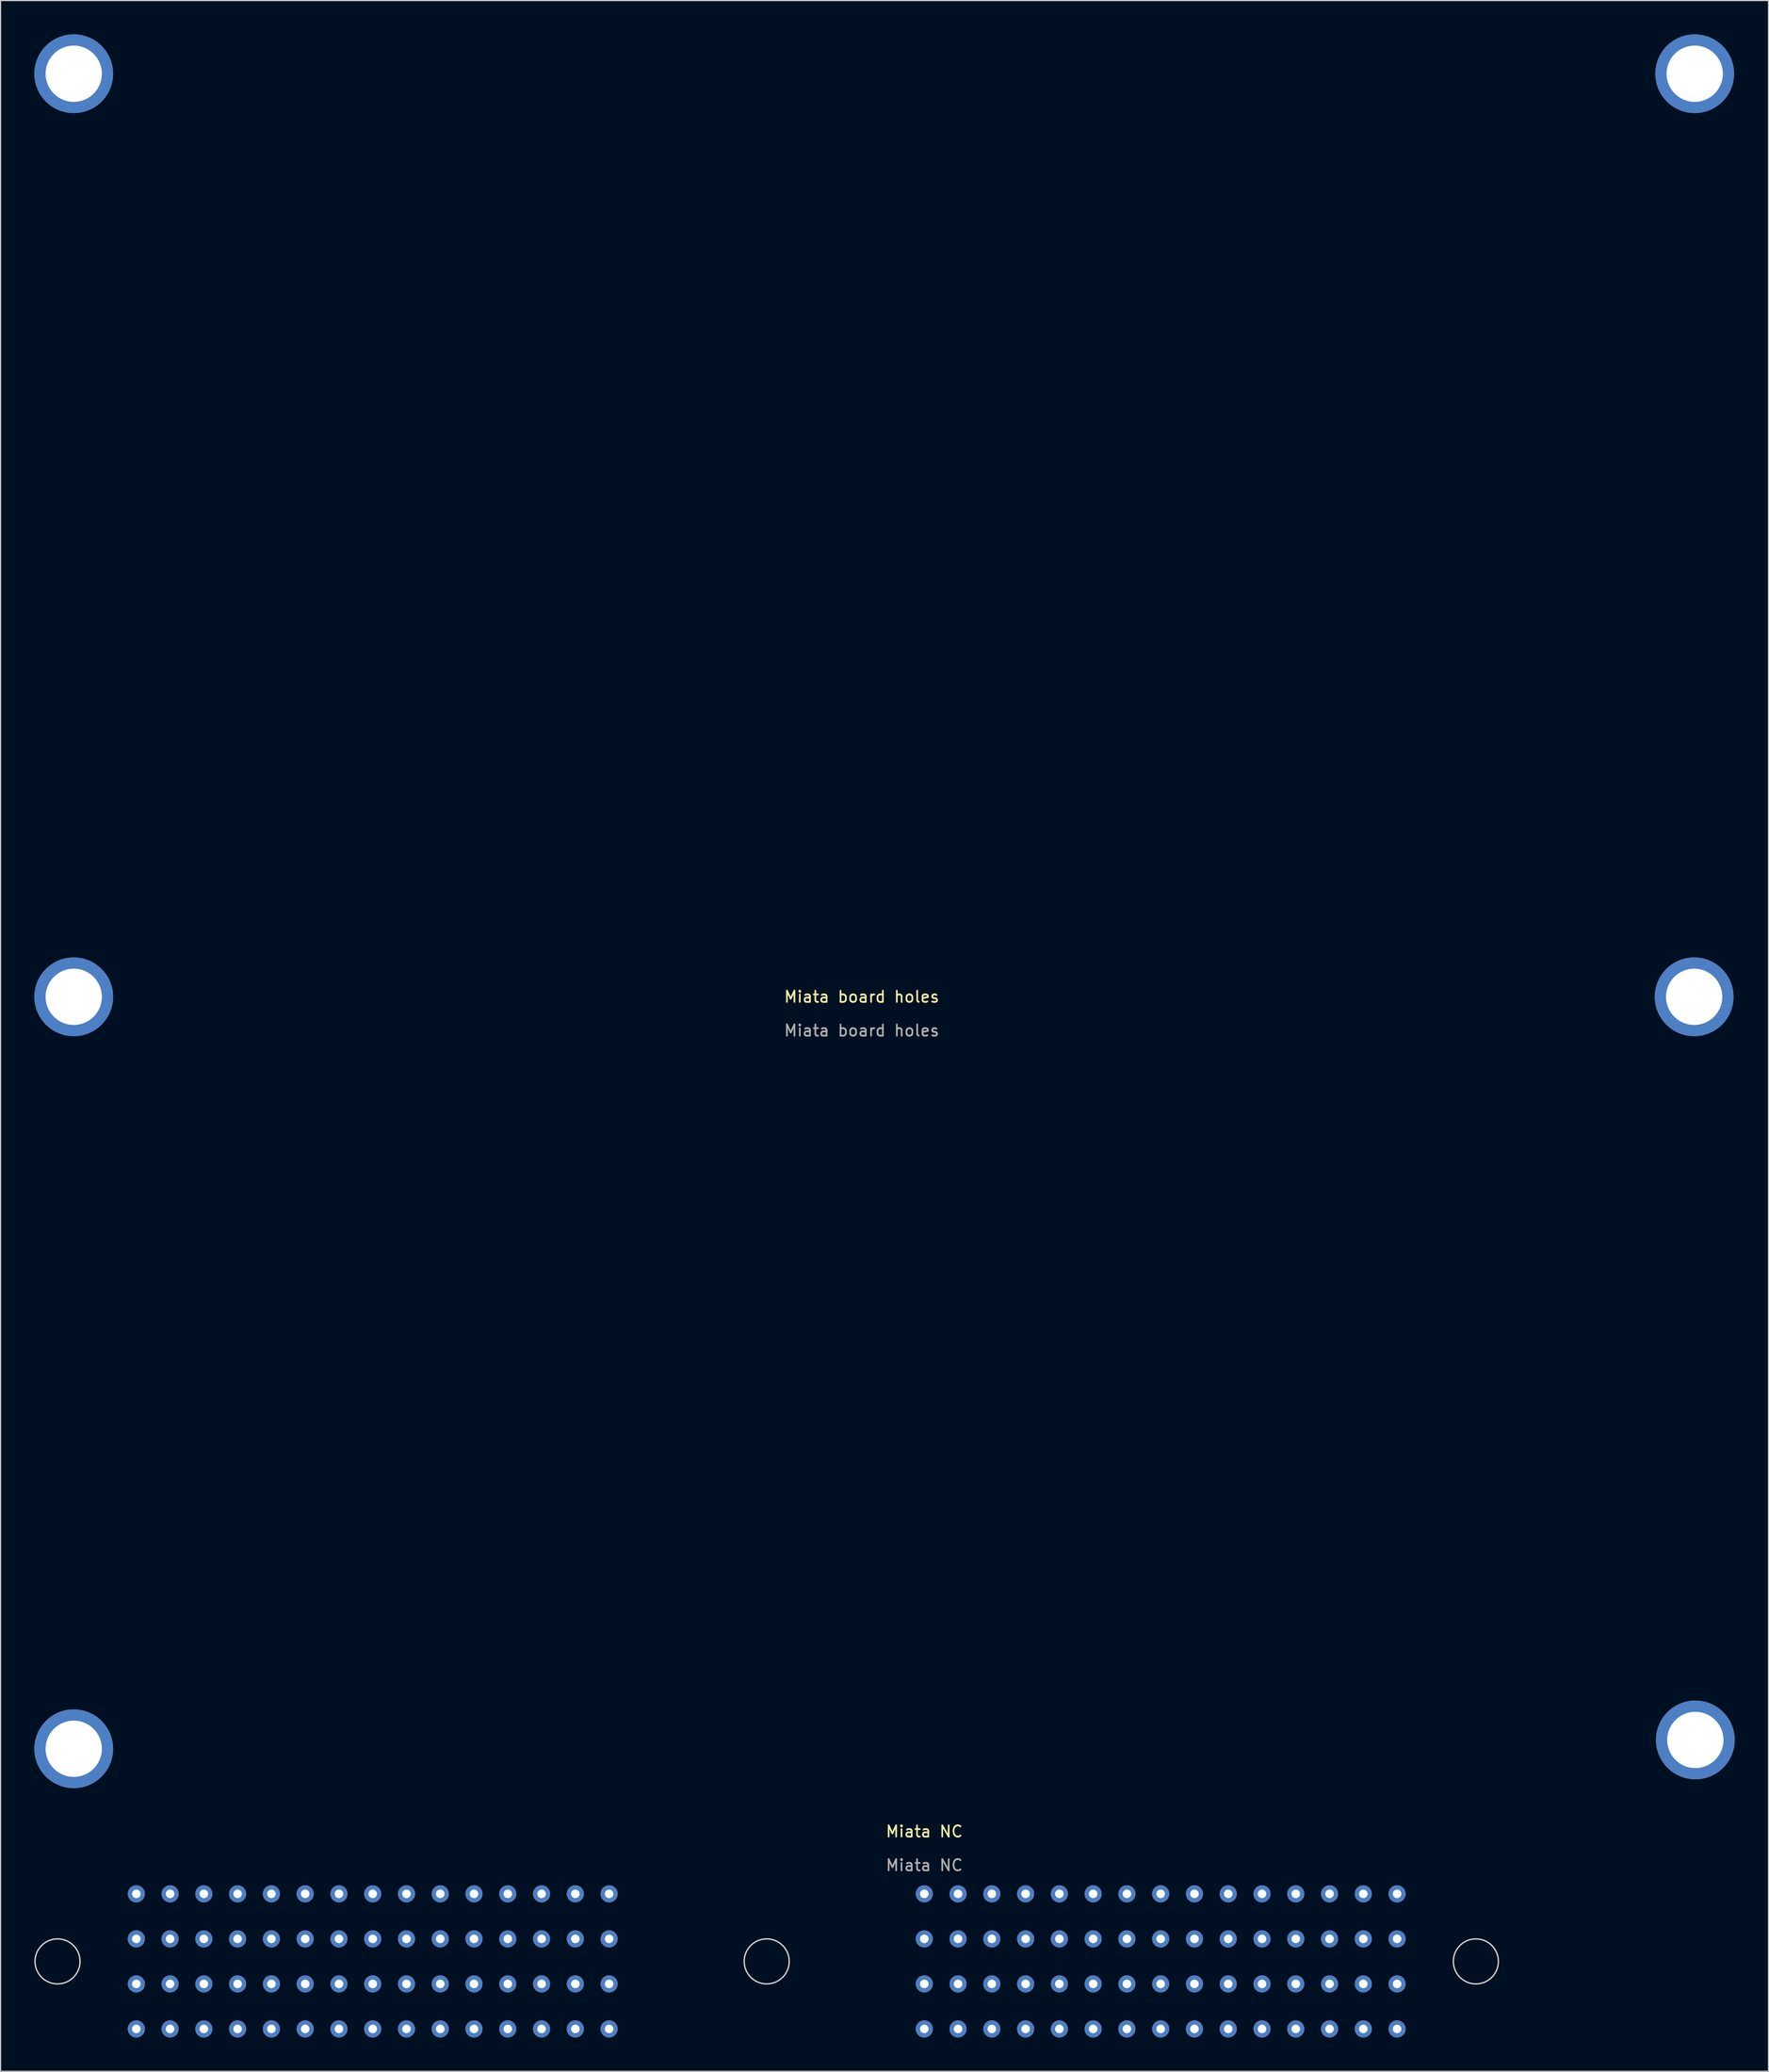
<source format=kicad_pcb>
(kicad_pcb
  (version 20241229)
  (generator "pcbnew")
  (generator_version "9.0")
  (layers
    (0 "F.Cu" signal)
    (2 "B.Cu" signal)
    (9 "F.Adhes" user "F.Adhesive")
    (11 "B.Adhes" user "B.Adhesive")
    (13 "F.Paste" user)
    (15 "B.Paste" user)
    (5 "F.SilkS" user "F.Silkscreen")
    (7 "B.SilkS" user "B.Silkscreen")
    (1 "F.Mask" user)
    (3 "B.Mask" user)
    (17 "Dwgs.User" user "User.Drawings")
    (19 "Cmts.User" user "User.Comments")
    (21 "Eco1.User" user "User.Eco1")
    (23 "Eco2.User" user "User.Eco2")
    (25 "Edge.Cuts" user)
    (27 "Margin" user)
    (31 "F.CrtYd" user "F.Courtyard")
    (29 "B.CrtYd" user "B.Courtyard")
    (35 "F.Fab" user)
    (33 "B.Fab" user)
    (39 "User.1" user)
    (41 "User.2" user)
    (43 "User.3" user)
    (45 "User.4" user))
  (footprint "Miata NC"
    (layer "F.Cu")
    (at 79.06 165.188)
    (property "Reference" "Miata NC" (at 0 -5.54 0) (unlocked yes) (layer "F.SilkS") (effects (font (size 1 1) (thickness 0.15))))
    (attr through_hole)
    (fp_circle (center -77 6) (end -75 6) (stroke (width 0.12) (type solid)) (fill no) (layer "Edge.Cuts"))
    (fp_circle (center -14 6) (end -12 6) (stroke (width 0.12) (type solid)) (fill no) (layer "Edge.Cuts"))
    (fp_circle (center 49 6) (end 51 6) (stroke (width 0.12) (type solid)) (fill no) (layer "Edge.Cuts"))
    (fp_text user "${REFERENCE}" (at 0 -2.54 0) (unlocked yes) (layer "F.Fab") (effects (font (size 1 1) (thickness 0.15))))
    (pad "1" thru_hole circle (at -70 12) (size 1.524 1.524) (drill 0.762) (layers "*.Cu" "*.Mask"))
    (pad "2" thru_hole circle (at -70 8) (size 1.524 1.524) (drill 0.762) (layers "*.Cu" "*.Mask"))
    (pad "3" thru_hole circle (at -70 4) (size 1.524 1.524) (drill 0.762) (layers "*.Cu" "*.Mask"))
    (pad "4" thru_hole circle (at -70 0) (size 1.524 1.524) (drill 0.762) (layers "*.Cu" "*.Mask"))
    (pad "5" thru_hole circle (at -67 12) (size 1.524 1.524) (drill 0.762) (layers "*.Cu" "*.Mask"))
    (pad "6" thru_hole circle (at -67 8) (size 1.524 1.524) (drill 0.762) (layers "*.Cu" "*.Mask"))
    (pad "7" thru_hole circle (at -67 4) (size 1.524 1.524) (drill 0.762) (layers "*.Cu" "*.Mask"))
    (pad "8" thru_hole circle (at -67 0) (size 1.524 1.524) (drill 0.762) (layers "*.Cu" "*.Mask"))
    (pad "9" thru_hole circle (at -64 12) (size 1.524 1.524) (drill 0.762) (layers "*.Cu" "*.Mask"))
    (pad "10" thru_hole circle (at -64 8) (size 1.524 1.524) (drill 0.762) (layers "*.Cu" "*.Mask"))
    (pad "11" thru_hole circle (at -64 4) (size 1.524 1.524) (drill 0.762) (layers "*.Cu" "*.Mask"))
    (pad "12" thru_hole circle (at -64 0) (size 1.524 1.524) (drill 0.762) (layers "*.Cu" "*.Mask"))
    (pad "13" thru_hole circle (at -61 12) (size 1.524 1.524) (drill 0.762) (layers "*.Cu" "*.Mask"))
    (pad "14" thru_hole circle (at -61 8) (size 1.524 1.524) (drill 0.762) (layers "*.Cu" "*.Mask"))
    (pad "15" thru_hole circle (at -61 4) (size 1.524 1.524) (drill 0.762) (layers "*.Cu" "*.Mask"))
    (pad "16" thru_hole circle (at -61 0) (size 1.524 1.524) (drill 0.762) (layers "*.Cu" "*.Mask"))
    (pad "17" thru_hole circle (at -58 12) (size 1.524 1.524) (drill 0.762) (layers "*.Cu" "*.Mask"))
    (pad "18" thru_hole circle (at -58 8) (size 1.524 1.524) (drill 0.762) (layers "*.Cu" "*.Mask"))
    (pad "19" thru_hole circle (at -58 4) (size 1.524 1.524) (drill 0.762) (layers "*.Cu" "*.Mask"))
    (pad "20" thru_hole circle (at -58 0) (size 1.524 1.524) (drill 0.762) (layers "*.Cu" "*.Mask"))
    (pad "21" thru_hole circle (at -55 12) (size 1.524 1.524) (drill 0.762) (layers "*.Cu" "*.Mask"))
    (pad "22" thru_hole circle (at -55 8) (size 1.524 1.524) (drill 0.762) (layers "*.Cu" "*.Mask"))
    (pad "23" thru_hole circle (at -55 4) (size 1.524 1.524) (drill 0.762) (layers "*.Cu" "*.Mask"))
    (pad "24" thru_hole circle (at -55 0) (size 1.524 1.524) (drill 0.762) (layers "*.Cu" "*.Mask"))
    (pad "25" thru_hole circle (at -52 12) (size 1.524 1.524) (drill 0.762) (layers "*.Cu" "*.Mask"))
    (pad "26" thru_hole circle (at -52 8) (size 1.524 1.524) (drill 0.762) (layers "*.Cu" "*.Mask"))
    (pad "27" thru_hole circle (at -52 4) (size 1.524 1.524) (drill 0.762) (layers "*.Cu" "*.Mask"))
    (pad "28" thru_hole circle (at -52 0) (size 1.524 1.524) (drill 0.762) (layers "*.Cu" "*.Mask"))
    (pad "29" thru_hole circle (at -49 12) (size 1.524 1.524) (drill 0.762) (layers "*.Cu" "*.Mask"))
    (pad "30" thru_hole circle (at -49 8) (size 1.524 1.524) (drill 0.762) (layers "*.Cu" "*.Mask"))
    (pad "31" thru_hole circle (at -49 4) (size 1.524 1.524) (drill 0.762) (layers "*.Cu" "*.Mask"))
    (pad "32" thru_hole circle (at -49 0) (size 1.524 1.524) (drill 0.762) (layers "*.Cu" "*.Mask"))
    (pad "33" thru_hole circle (at -46 12) (size 1.524 1.524) (drill 0.762) (layers "*.Cu" "*.Mask"))
    (pad "34" thru_hole circle (at -46 8) (size 1.524 1.524) (drill 0.762) (layers "*.Cu" "*.Mask"))
    (pad "35" thru_hole circle (at -46 4) (size 1.524 1.524) (drill 0.762) (layers "*.Cu" "*.Mask"))
    (pad "36" thru_hole circle (at -46 0) (size 1.524 1.524) (drill 0.762) (layers "*.Cu" "*.Mask"))
    (pad "37" thru_hole circle (at -43 12) (size 1.524 1.524) (drill 0.762) (layers "*.Cu" "*.Mask"))
    (pad "38" thru_hole circle (at -43 8) (size 1.524 1.524) (drill 0.762) (layers "*.Cu" "*.Mask"))
    (pad "39" thru_hole circle (at -43 4) (size 1.524 1.524) (drill 0.762) (layers "*.Cu" "*.Mask"))
    (pad "40" thru_hole circle (at -43 0) (size 1.524 1.524) (drill 0.762) (layers "*.Cu" "*.Mask"))
    (pad "41" thru_hole circle (at -40 12) (size 1.524 1.524) (drill 0.762) (layers "*.Cu" "*.Mask"))
    (pad "42" thru_hole circle (at -40 8) (size 1.524 1.524) (drill 0.762) (layers "*.Cu" "*.Mask"))
    (pad "43" thru_hole circle (at -40 4) (size 1.524 1.524) (drill 0.762) (layers "*.Cu" "*.Mask"))
    (pad "44" thru_hole circle (at -40 0) (size 1.524 1.524) (drill 0.762) (layers "*.Cu" "*.Mask"))
    (pad "45" thru_hole circle (at -37 12) (size 1.524 1.524) (drill 0.762) (layers "*.Cu" "*.Mask"))
    (pad "46" thru_hole circle (at -37 8) (size 1.524 1.524) (drill 0.762) (layers "*.Cu" "*.Mask"))
    (pad "47" thru_hole circle (at -37 4) (size 1.524 1.524) (drill 0.762) (layers "*.Cu" "*.Mask"))
    (pad "48" thru_hole circle (at -37 0) (size 1.524 1.524) (drill 0.762) (layers "*.Cu" "*.Mask"))
    (pad "49" thru_hole circle (at -34 12) (size 1.524 1.524) (drill 0.762) (layers "*.Cu" "*.Mask"))
    (pad "50" thru_hole circle (at -34 8) (size 1.524 1.524) (drill 0.762) (layers "*.Cu" "*.Mask"))
    (pad "51" thru_hole circle (at -34 4) (size 1.524 1.524) (drill 0.762) (layers "*.Cu" "*.Mask"))
    (pad "52" thru_hole circle (at -34 0) (size 1.524 1.524) (drill 0.762) (layers "*.Cu" "*.Mask"))
    (pad "53" thru_hole circle (at -31 12) (size 1.524 1.524) (drill 0.762) (layers "*.Cu" "*.Mask"))
    (pad "54" thru_hole circle (at -31 8) (size 1.524 1.524) (drill 0.762) (layers "*.Cu" "*.Mask"))
    (pad "55" thru_hole circle (at -31 4) (size 1.524 1.524) (drill 0.762) (layers "*.Cu" "*.Mask"))
    (pad "56" thru_hole circle (at -31 0) (size 1.524 1.524) (drill 0.762) (layers "*.Cu" "*.Mask"))
    (pad "57" thru_hole circle (at -28 12) (size 1.524 1.524) (drill 0.762) (layers "*.Cu" "*.Mask"))
    (pad "58" thru_hole circle (at -28 8) (size 1.524 1.524) (drill 0.762) (layers "*.Cu" "*.Mask"))
    (pad "59" thru_hole circle (at -28 4) (size 1.524 1.524) (drill 0.762) (layers "*.Cu" "*.Mask"))
    (pad "60" thru_hole circle (at -28 0) (size 1.524 1.524) (drill 0.762) (layers "*.Cu" "*.Mask"))
    (pad "61" thru_hole circle (at 0 12) (size 1.524 1.524) (drill 0.762) (layers "*.Cu" "*.Mask"))
    (pad "62" thru_hole circle (at 0 8) (size 1.524 1.524) (drill 0.762) (layers "*.Cu" "*.Mask"))
    (pad "63" thru_hole circle (at 0 4) (size 1.524 1.524) (drill 0.762) (layers "*.Cu" "*.Mask"))
    (pad "64" thru_hole circle (at 0 0) (size 1.524 1.524) (drill 0.762) (layers "*.Cu" "*.Mask"))
    (pad "65" thru_hole circle (at 3 12) (size 1.524 1.524) (drill 0.762) (layers "*.Cu" "*.Mask"))
    (pad "66" thru_hole circle (at 3 8) (size 1.524 1.524) (drill 0.762) (layers "*.Cu" "*.Mask"))
    (pad "67" thru_hole circle (at 3 4) (size 1.524 1.524) (drill 0.762) (layers "*.Cu" "*.Mask"))
    (pad "68" thru_hole circle (at 3 0) (size 1.524 1.524) (drill 0.762) (layers "*.Cu" "*.Mask"))
    (pad "69" thru_hole circle (at 6 12) (size 1.524 1.524) (drill 0.762) (layers "*.Cu" "*.Mask"))
    (pad "70" thru_hole circle (at 6 8) (size 1.524 1.524) (drill 0.762) (layers "*.Cu" "*.Mask"))
    (pad "71" thru_hole circle (at 6 4) (size 1.524 1.524) (drill 0.762) (layers "*.Cu" "*.Mask"))
    (pad "72" thru_hole circle (at 6 0) (size 1.524 1.524) (drill 0.762) (layers "*.Cu" "*.Mask"))
    (pad "73" thru_hole circle (at 9 12) (size 1.524 1.524) (drill 0.762) (layers "*.Cu" "*.Mask"))
    (pad "74" thru_hole circle (at 9 8) (size 1.524 1.524) (drill 0.762) (layers "*.Cu" "*.Mask"))
    (pad "75" thru_hole circle (at 9 4) (size 1.524 1.524) (drill 0.762) (layers "*.Cu" "*.Mask"))
    (pad "76" thru_hole circle (at 9 0) (size 1.524 1.524) (drill 0.762) (layers "*.Cu" "*.Mask"))
    (pad "77" thru_hole circle (at 12 12) (size 1.524 1.524) (drill 0.762) (layers "*.Cu" "*.Mask"))
    (pad "78" thru_hole circle (at 12 8) (size 1.524 1.524) (drill 0.762) (layers "*.Cu" "*.Mask"))
    (pad "79" thru_hole circle (at 12 4) (size 1.524 1.524) (drill 0.762) (layers "*.Cu" "*.Mask"))
    (pad "80" thru_hole circle (at 12 0) (size 1.524 1.524) (drill 0.762) (layers "*.Cu" "*.Mask"))
    (pad "81" thru_hole circle (at 15 12) (size 1.524 1.524) (drill 0.762) (layers "*.Cu" "*.Mask"))
    (pad "82" thru_hole circle (at 15 8) (size 1.524 1.524) (drill 0.762) (layers "*.Cu" "*.Mask"))
    (pad "83" thru_hole circle (at 15 4) (size 1.524 1.524) (drill 0.762) (layers "*.Cu" "*.Mask"))
    (pad "84" thru_hole circle (at 15 0) (size 1.524 1.524) (drill 0.762) (layers "*.Cu" "*.Mask"))
    (pad "85" thru_hole circle (at 18 12) (size 1.524 1.524) (drill 0.762) (layers "*.Cu" "*.Mask"))
    (pad "86" thru_hole circle (at 18 8) (size 1.524 1.524) (drill 0.762) (layers "*.Cu" "*.Mask"))
    (pad "87" thru_hole circle (at 18 4) (size 1.524 1.524) (drill 0.762) (layers "*.Cu" "*.Mask"))
    (pad "88" thru_hole circle (at 18 0) (size 1.524 1.524) (drill 0.762) (layers "*.Cu" "*.Mask"))
    (pad "89" thru_hole circle (at 21 12) (size 1.524 1.524) (drill 0.762) (layers "*.Cu" "*.Mask"))
    (pad "90" thru_hole circle (at 21 8) (size 1.524 1.524) (drill 0.762) (layers "*.Cu" "*.Mask"))
    (pad "91" thru_hole circle (at 21 4) (size 1.524 1.524) (drill 0.762) (layers "*.Cu" "*.Mask"))
    (pad "92" thru_hole circle (at 21 0) (size 1.524 1.524) (drill 0.762) (layers "*.Cu" "*.Mask"))
    (pad "93" thru_hole circle (at 24 12) (size 1.524 1.524) (drill 0.762) (layers "*.Cu" "*.Mask"))
    (pad "94" thru_hole circle (at 24 8) (size 1.524 1.524) (drill 0.762) (layers "*.Cu" "*.Mask"))
    (pad "95" thru_hole circle (at 24 4) (size 1.524 1.524) (drill 0.762) (layers "*.Cu" "*.Mask"))
    (pad "96" thru_hole circle (at 24 0) (size 1.524 1.524) (drill 0.762) (layers "*.Cu" "*.Mask"))
    (pad "97" thru_hole circle (at 27 12) (size 1.524 1.524) (drill 0.762) (layers "*.Cu" "*.Mask"))
    (pad "98" thru_hole circle (at 27 8) (size 1.524 1.524) (drill 0.762) (layers "*.Cu" "*.Mask"))
    (pad "99" thru_hole circle (at 27 4) (size 1.524 1.524) (drill 0.762) (layers "*.Cu" "*.Mask"))
    (pad "100" thru_hole circle (at 27 0) (size 1.524 1.524) (drill 0.762) (layers "*.Cu" "*.Mask"))
    (pad "101" thru_hole circle (at 30 12) (size 1.524 1.524) (drill 0.762) (layers "*.Cu" "*.Mask"))
    (pad "102" thru_hole circle (at 30 8) (size 1.524 1.524) (drill 0.762) (layers "*.Cu" "*.Mask"))
    (pad "103" thru_hole circle (at 30 4) (size 1.524 1.524) (drill 0.762) (layers "*.Cu" "*.Mask"))
    (pad "104" thru_hole circle (at 30 0) (size 1.524 1.524) (drill 0.762) (layers "*.Cu" "*.Mask"))
    (pad "105" thru_hole circle (at 33 12) (size 1.524 1.524) (drill 0.762) (layers "*.Cu" "*.Mask"))
    (pad "106" thru_hole circle (at 33 8) (size 1.524 1.524) (drill 0.762) (layers "*.Cu" "*.Mask"))
    (pad "107" thru_hole circle (at 33 4) (size 1.524 1.524) (drill 0.762) (layers "*.Cu" "*.Mask"))
    (pad "108" thru_hole circle (at 33 0) (size 1.524 1.524) (drill 0.762) (layers "*.Cu" "*.Mask"))
    (pad "109" thru_hole circle (at 36 12) (size 1.524 1.524) (drill 0.762) (layers "*.Cu" "*.Mask"))
    (pad "110" thru_hole circle (at 36 8) (size 1.524 1.524) (drill 0.762) (layers "*.Cu" "*.Mask"))
    (pad "111" thru_hole circle (at 36 4) (size 1.524 1.524) (drill 0.762) (layers "*.Cu" "*.Mask"))
    (pad "112" thru_hole circle (at 36 0) (size 1.524 1.524) (drill 0.762) (layers "*.Cu" "*.Mask"))
    (pad "113" thru_hole circle (at 39 12) (size 1.524 1.524) (drill 0.762) (layers "*.Cu" "*.Mask"))
    (pad "114" thru_hole circle (at 39 8) (size 1.524 1.524) (drill 0.762) (layers "*.Cu" "*.Mask"))
    (pad "115" thru_hole circle (at 39 4) (size 1.524 1.524) (drill 0.762) (layers "*.Cu" "*.Mask"))
    (pad "116" thru_hole circle (at 39 0) (size 1.524 1.524) (drill 0.762) (layers "*.Cu" "*.Mask"))
    (pad "117" thru_hole circle (at 42 12) (size 1.524 1.524) (drill 0.762) (layers "*.Cu" "*.Mask"))
    (pad "118" thru_hole circle (at 42 8) (size 1.524 1.524) (drill 0.762) (layers "*.Cu" "*.Mask"))
    (pad "119" thru_hole circle (at 42 4) (size 1.524 1.524) (drill 0.762) (layers "*.Cu" "*.Mask"))
    (pad "120" thru_hole circle (at 42 0) (size 1.524 1.524) (drill 0.762) (layers "*.Cu" "*.Mask")))
  (footprint "Miata board holes"
    (layer "F.Cu")
    (at 73.5 86)
    (property "Reference" "Miata board holes" (at 0 -0.5 0) (unlocked yes) (layer "F.SilkS") (effects (font (size 1 1) (thickness 0.15))))
    (attr through_hole)
    (fp_text user "${REFERENCE}" (at 0 2.5 0) (unlocked yes) (layer "F.Fab") (effects (font (size 1 1) (thickness 0.15))))
    (pad "1" thru_hole circle (at -70 -82.5) (size 7 7) (drill 5) (layers "*.Cu" "*.Mask"))
    (pad "1" thru_hole circle (at -70 -0.5) (size 7 7) (drill 5) (layers "*.Cu" "*.Mask"))
    (pad "1" thru_hole circle (at -70 66.3) (size 7 7) (drill 5) (layers "*.Cu" "*.Mask"))
    (pad "1" thru_hole circle (at 73.951 -0.5) (size 7 7) (drill 5) (layers "*.Cu" "*.Mask"))
    (pad "1" thru_hole circle (at 74 -82.5) (size 7 7) (drill 5) (layers "*.Cu" "*.Mask"))
    (pad "1" thru_hole circle (at 74.056 65.515) (size 7 7) (drill 5) (layers "*.Cu" "*.Mask")))
  (gr_rect
    (start -3 -3)
    (end 154.056 180.95)
    (stroke (width 0.1) (type default))
    (fill no)
    (layer "Edge.Cuts")))
</source>
